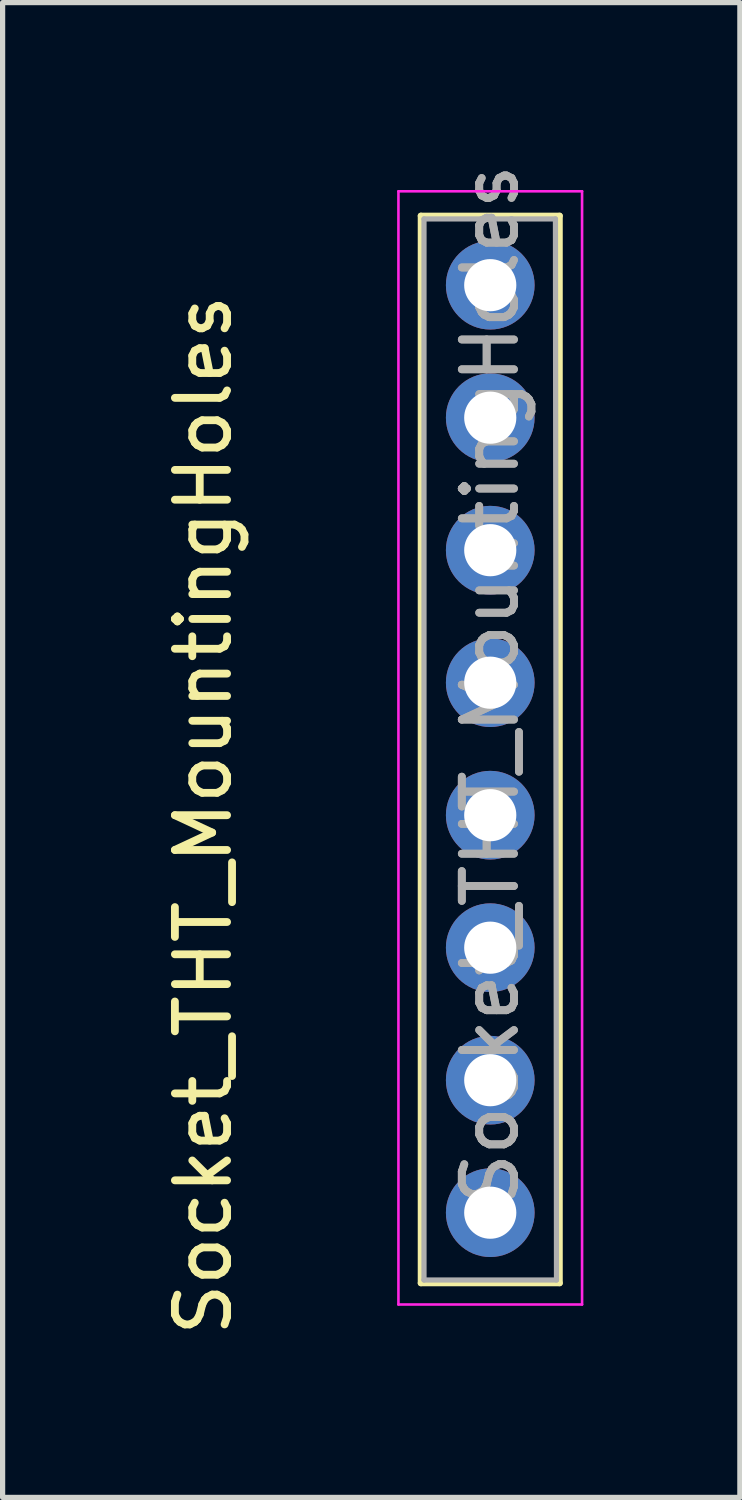
<source format=kicad_pcb>
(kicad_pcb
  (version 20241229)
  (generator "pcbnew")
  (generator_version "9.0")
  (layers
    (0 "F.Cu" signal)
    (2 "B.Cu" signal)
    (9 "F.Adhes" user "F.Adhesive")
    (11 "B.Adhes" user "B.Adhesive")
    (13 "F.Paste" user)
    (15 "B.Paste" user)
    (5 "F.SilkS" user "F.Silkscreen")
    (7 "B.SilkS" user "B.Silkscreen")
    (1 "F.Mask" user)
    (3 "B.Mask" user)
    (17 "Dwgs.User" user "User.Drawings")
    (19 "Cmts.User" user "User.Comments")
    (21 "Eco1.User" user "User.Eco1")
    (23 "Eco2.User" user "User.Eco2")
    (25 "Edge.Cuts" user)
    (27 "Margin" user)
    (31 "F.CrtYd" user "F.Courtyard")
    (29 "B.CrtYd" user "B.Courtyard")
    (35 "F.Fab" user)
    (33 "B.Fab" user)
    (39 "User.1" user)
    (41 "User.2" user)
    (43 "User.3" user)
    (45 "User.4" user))
  (footprint "Socket_THT_MountingHoles"
    (layer "F.Cu")
    (at 6.348 12.577)
    (property "Reference" "Socket_THT_MountingHoles" (at -5.5 0 90) (layer "F.SilkS") (effects (font (size 1 1) (thickness 0.15))))
    (attr through_hole)
    (fp_line (start -1.33 -11.49) (end -1.33 8.97) (stroke (width 0.12) (type solid)) (layer "F.SilkS"))
    (fp_line (start -1.33 -11.49) (end 1.33 -11.49) (stroke (width 0.12) (type solid)) (layer "F.SilkS"))
    (fp_line (start -1.33 8.97) (end 1.33 8.97) (stroke (width 0.12) (type solid)) (layer "F.SilkS"))
    (fp_line (start 1.33 -11.49) (end 1.33 8.97) (stroke (width 0.12) (type solid)) (layer "F.SilkS"))
    (fp_line (start -1.76 -11.96) (end 1.76 -11.96) (stroke (width 0.05) (type solid)) (layer "F.CrtYd"))
    (fp_line (start -1.76 9.38) (end -1.76 -11.96) (stroke (width 0.05) (type solid)) (layer "F.CrtYd"))
    (fp_line (start -1.76 9.38) (end 1.76 9.38) (stroke (width 0.05) (type solid)) (layer "F.CrtYd"))
    (fp_line (start 1.76 -11.96) (end 1.76 9.38) (stroke (width 0.05) (type solid)) (layer "F.CrtYd"))
    (fp_line (start -1.27 -11.43) (end 1.25 -11.43) (stroke (width 0.1) (type solid)) (layer "F.Fab"))
    (fp_line (start -1.27 8.91) (end -1.27 -11.43) (stroke (width 0.1) (type solid)) (layer "F.Fab"))
    (fp_line (start 1.25 -11.43) (end 1.27 8.91) (stroke (width 0.1) (type solid)) (layer "F.Fab"))
    (fp_line (start 1.27 8.91) (end -1.27 8.91) (stroke (width 0.1) (type solid)) (layer "F.Fab"))
    (fp_text user "${REFERENCE}" (at 0 -2.5 90) (layer "F.Fab") (effects (font (size 1 1) (thickness 0.15))))
    (fp_text user "${REFERENCE}" (at 0 -2.5 90) (layer "F.Fab") (effects (font (size 1 1) (thickness 0.15))))
    (pad "1" thru_hole oval (at 0 -10.16) (size 1.7 1.7) (drill 1) (layers "*.Cu" "*.Mask"))
    (pad "2" thru_hole oval (at 0 -7.62) (size 1.7 1.7) (drill 1) (layers "*.Cu" "*.Mask"))
    (pad "3" thru_hole oval (at 0 -5.08) (size 1.7 1.7) (drill 1) (layers "*.Cu" "*.Mask"))
    (pad "4" thru_hole oval (at 0 -2.54) (size 1.7 1.7) (drill 1) (layers "*.Cu" "*.Mask"))
    (pad "5" thru_hole oval (at 0 0) (size 1.7 1.7) (drill 1) (layers "*.Cu" "*.Mask"))
    (pad "6" thru_hole oval (at 0 2.54) (size 1.7 1.7) (drill 1) (layers "*.Cu" "*.Mask"))
    (pad "7" thru_hole oval (at 0 5.08) (size 1.7 1.7) (drill 1) (layers "*.Cu" "*.Mask"))
    (pad "8" thru_hole oval (at 0 7.62) (size 1.7 1.7) (drill 1) (layers "*.Cu" "*.Mask")))
  (gr_rect
    (start -3 -3)
    (end 11.133 25.655)
    (stroke (width 0.1) (type default))
    (fill no)
    (layer "Edge.Cuts")))
</source>
